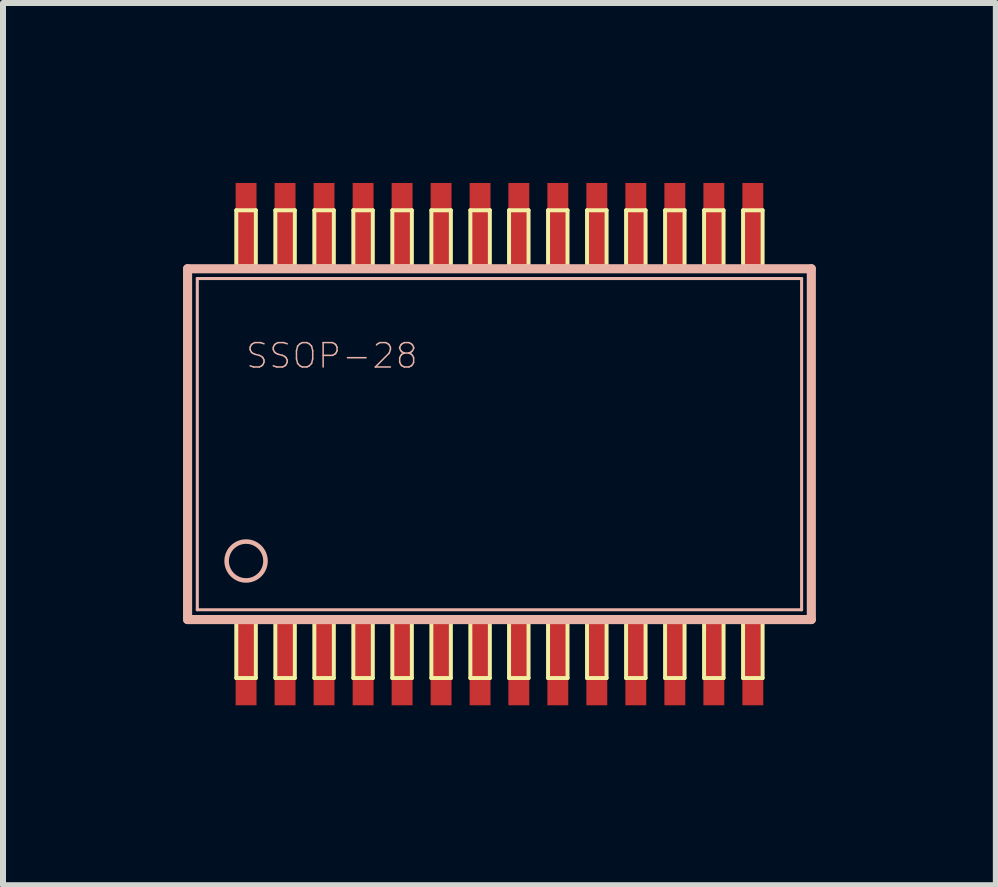
<source format=kicad_pcb>
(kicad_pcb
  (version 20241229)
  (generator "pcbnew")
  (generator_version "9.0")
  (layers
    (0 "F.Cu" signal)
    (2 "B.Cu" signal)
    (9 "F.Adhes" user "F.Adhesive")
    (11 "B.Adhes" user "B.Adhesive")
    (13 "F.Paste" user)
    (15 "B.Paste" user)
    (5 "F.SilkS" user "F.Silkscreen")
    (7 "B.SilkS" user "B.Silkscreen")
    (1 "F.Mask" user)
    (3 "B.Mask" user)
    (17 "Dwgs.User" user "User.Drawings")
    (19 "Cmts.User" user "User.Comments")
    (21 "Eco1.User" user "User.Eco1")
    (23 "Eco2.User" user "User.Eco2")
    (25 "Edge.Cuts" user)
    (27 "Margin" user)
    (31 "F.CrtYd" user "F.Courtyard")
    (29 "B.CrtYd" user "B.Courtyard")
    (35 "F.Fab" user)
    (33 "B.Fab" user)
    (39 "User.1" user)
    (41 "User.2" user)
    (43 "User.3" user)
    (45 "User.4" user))
  (footprint "SSOP-28"
    (layer "F.Cu")
    (at 5.276 4.354)
    (property "Reference" "SSOP-28" (at -2.794 -1.473 0) (layer "B.SilkS") (effects (font (size 0.406 0.406) (thickness 0.025))))
    (attr smd)
    (fp_line (start -4.387 -3.899) (end -4.061 -3.899) (stroke (width 0.066) (type solid)) (layer "F.SilkS"))
    (fp_line (start -4.387 -2.964) (end -4.387 -3.899) (stroke (width 0.066) (type solid)) (layer "F.SilkS"))
    (fp_line (start -4.387 -2.964) (end -4.061 -2.964) (stroke (width 0.066) (type solid)) (layer "F.SilkS"))
    (fp_line (start -4.387 2.964) (end -4.061 2.964) (stroke (width 0.066) (type solid)) (layer "F.SilkS"))
    (fp_line (start -4.387 3.899) (end -4.387 2.964) (stroke (width 0.066) (type solid)) (layer "F.SilkS"))
    (fp_line (start -4.387 3.899) (end -4.061 3.899) (stroke (width 0.066) (type solid)) (layer "F.SilkS"))
    (fp_line (start -4.061 -2.964) (end -4.061 -3.899) (stroke (width 0.066) (type solid)) (layer "F.SilkS"))
    (fp_line (start -4.061 3.899) (end -4.061 2.964) (stroke (width 0.066) (type solid)) (layer "F.SilkS"))
    (fp_line (start -3.736 -3.899) (end -3.411 -3.899) (stroke (width 0.066) (type solid)) (layer "F.SilkS"))
    (fp_line (start -3.736 -2.964) (end -3.736 -3.899) (stroke (width 0.066) (type solid)) (layer "F.SilkS"))
    (fp_line (start -3.736 -2.964) (end -3.411 -2.964) (stroke (width 0.066) (type solid)) (layer "F.SilkS"))
    (fp_line (start -3.736 2.964) (end -3.411 2.964) (stroke (width 0.066) (type solid)) (layer "F.SilkS"))
    (fp_line (start -3.736 3.899) (end -3.736 2.964) (stroke (width 0.066) (type solid)) (layer "F.SilkS"))
    (fp_line (start -3.736 3.899) (end -3.411 3.899) (stroke (width 0.066) (type solid)) (layer "F.SilkS"))
    (fp_line (start -3.411 -2.964) (end -3.411 -3.899) (stroke (width 0.066) (type solid)) (layer "F.SilkS"))
    (fp_line (start -3.411 3.899) (end -3.411 2.964) (stroke (width 0.066) (type solid)) (layer "F.SilkS"))
    (fp_line (start -3.086 -3.899) (end -2.761 -3.899) (stroke (width 0.066) (type solid)) (layer "F.SilkS"))
    (fp_line (start -3.086 -2.964) (end -3.086 -3.899) (stroke (width 0.066) (type solid)) (layer "F.SilkS"))
    (fp_line (start -3.086 -2.964) (end -2.761 -2.964) (stroke (width 0.066) (type solid)) (layer "F.SilkS"))
    (fp_line (start -3.086 2.964) (end -2.761 2.964) (stroke (width 0.066) (type solid)) (layer "F.SilkS"))
    (fp_line (start -3.086 3.899) (end -3.086 2.964) (stroke (width 0.066) (type solid)) (layer "F.SilkS"))
    (fp_line (start -3.086 3.899) (end -2.761 3.899) (stroke (width 0.066) (type solid)) (layer "F.SilkS"))
    (fp_line (start -2.761 -2.964) (end -2.761 -3.899) (stroke (width 0.066) (type solid)) (layer "F.SilkS"))
    (fp_line (start -2.761 3.899) (end -2.761 2.964) (stroke (width 0.066) (type solid)) (layer "F.SilkS"))
    (fp_line (start -2.436 -3.899) (end -2.111 -3.899) (stroke (width 0.066) (type solid)) (layer "F.SilkS"))
    (fp_line (start -2.436 -2.964) (end -2.436 -3.899) (stroke (width 0.066) (type solid)) (layer "F.SilkS"))
    (fp_line (start -2.436 -2.964) (end -2.111 -2.964) (stroke (width 0.066) (type solid)) (layer "F.SilkS"))
    (fp_line (start -2.436 2.964) (end -2.111 2.964) (stroke (width 0.066) (type solid)) (layer "F.SilkS"))
    (fp_line (start -2.436 3.899) (end -2.436 2.964) (stroke (width 0.066) (type solid)) (layer "F.SilkS"))
    (fp_line (start -2.436 3.899) (end -2.111 3.899) (stroke (width 0.066) (type solid)) (layer "F.SilkS"))
    (fp_line (start -2.111 -2.964) (end -2.111 -3.899) (stroke (width 0.066) (type solid)) (layer "F.SilkS"))
    (fp_line (start -2.111 3.899) (end -2.111 2.964) (stroke (width 0.066) (type solid)) (layer "F.SilkS"))
    (fp_line (start -1.786 -3.899) (end -1.46 -3.899) (stroke (width 0.066) (type solid)) (layer "F.SilkS"))
    (fp_line (start -1.786 -2.964) (end -1.786 -3.899) (stroke (width 0.066) (type solid)) (layer "F.SilkS"))
    (fp_line (start -1.786 -2.964) (end -1.46 -2.964) (stroke (width 0.066) (type solid)) (layer "F.SilkS"))
    (fp_line (start -1.786 2.964) (end -1.46 2.964) (stroke (width 0.066) (type solid)) (layer "F.SilkS"))
    (fp_line (start -1.786 3.899) (end -1.786 2.964) (stroke (width 0.066) (type solid)) (layer "F.SilkS"))
    (fp_line (start -1.786 3.899) (end -1.46 3.899) (stroke (width 0.066) (type solid)) (layer "F.SilkS"))
    (fp_line (start -1.46 -2.964) (end -1.46 -3.899) (stroke (width 0.066) (type solid)) (layer "F.SilkS"))
    (fp_line (start -1.46 3.899) (end -1.46 2.964) (stroke (width 0.066) (type solid)) (layer "F.SilkS"))
    (fp_line (start -1.135 -3.899) (end -0.81 -3.899) (stroke (width 0.066) (type solid)) (layer "F.SilkS"))
    (fp_line (start -1.135 -2.964) (end -1.135 -3.899) (stroke (width 0.066) (type solid)) (layer "F.SilkS"))
    (fp_line (start -1.135 -2.964) (end -0.81 -2.964) (stroke (width 0.066) (type solid)) (layer "F.SilkS"))
    (fp_line (start -1.135 2.964) (end -0.81 2.964) (stroke (width 0.066) (type solid)) (layer "F.SilkS"))
    (fp_line (start -1.135 3.899) (end -1.135 2.964) (stroke (width 0.066) (type solid)) (layer "F.SilkS"))
    (fp_line (start -1.135 3.899) (end -0.81 3.899) (stroke (width 0.066) (type solid)) (layer "F.SilkS"))
    (fp_line (start -0.81 -2.964) (end -0.81 -3.899) (stroke (width 0.066) (type solid)) (layer "F.SilkS"))
    (fp_line (start -0.81 3.899) (end -0.81 2.964) (stroke (width 0.066) (type solid)) (layer "F.SilkS"))
    (fp_line (start -0.485 -3.899) (end -0.16 -3.899) (stroke (width 0.066) (type solid)) (layer "F.SilkS"))
    (fp_line (start -0.485 -2.964) (end -0.485 -3.899) (stroke (width 0.066) (type solid)) (layer "F.SilkS"))
    (fp_line (start -0.485 -2.964) (end -0.16 -2.964) (stroke (width 0.066) (type solid)) (layer "F.SilkS"))
    (fp_line (start -0.485 2.964) (end -0.16 2.964) (stroke (width 0.066) (type solid)) (layer "F.SilkS"))
    (fp_line (start -0.485 3.899) (end -0.485 2.964) (stroke (width 0.066) (type solid)) (layer "F.SilkS"))
    (fp_line (start -0.485 3.899) (end -0.16 3.899) (stroke (width 0.066) (type solid)) (layer "F.SilkS"))
    (fp_line (start -0.16 -2.964) (end -0.16 -3.899) (stroke (width 0.066) (type solid)) (layer "F.SilkS"))
    (fp_line (start -0.16 3.899) (end -0.16 2.964) (stroke (width 0.066) (type solid)) (layer "F.SilkS"))
    (fp_line (start 0.16 -3.899) (end 0.485 -3.899) (stroke (width 0.066) (type solid)) (layer "F.SilkS"))
    (fp_line (start 0.16 -2.964) (end 0.16 -3.899) (stroke (width 0.066) (type solid)) (layer "F.SilkS"))
    (fp_line (start 0.16 -2.964) (end 0.485 -2.964) (stroke (width 0.066) (type solid)) (layer "F.SilkS"))
    (fp_line (start 0.16 2.964) (end 0.485 2.964) (stroke (width 0.066) (type solid)) (layer "F.SilkS"))
    (fp_line (start 0.16 3.899) (end 0.16 2.964) (stroke (width 0.066) (type solid)) (layer "F.SilkS"))
    (fp_line (start 0.16 3.899) (end 0.485 3.899) (stroke (width 0.066) (type solid)) (layer "F.SilkS"))
    (fp_line (start 0.485 -2.964) (end 0.485 -3.899) (stroke (width 0.066) (type solid)) (layer "F.SilkS"))
    (fp_line (start 0.485 3.899) (end 0.485 2.964) (stroke (width 0.066) (type solid)) (layer "F.SilkS"))
    (fp_line (start 0.81 -3.899) (end 1.135 -3.899) (stroke (width 0.066) (type solid)) (layer "F.SilkS"))
    (fp_line (start 0.81 -2.964) (end 0.81 -3.899) (stroke (width 0.066) (type solid)) (layer "F.SilkS"))
    (fp_line (start 0.81 -2.964) (end 1.135 -2.964) (stroke (width 0.066) (type solid)) (layer "F.SilkS"))
    (fp_line (start 0.81 2.964) (end 1.135 2.964) (stroke (width 0.066) (type solid)) (layer "F.SilkS"))
    (fp_line (start 0.81 3.899) (end 0.81 2.964) (stroke (width 0.066) (type solid)) (layer "F.SilkS"))
    (fp_line (start 0.81 3.899) (end 1.135 3.899) (stroke (width 0.066) (type solid)) (layer "F.SilkS"))
    (fp_line (start 1.135 -2.964) (end 1.135 -3.899) (stroke (width 0.066) (type solid)) (layer "F.SilkS"))
    (fp_line (start 1.135 3.899) (end 1.135 2.964) (stroke (width 0.066) (type solid)) (layer "F.SilkS"))
    (fp_line (start 1.46 -3.899) (end 1.786 -3.899) (stroke (width 0.066) (type solid)) (layer "F.SilkS"))
    (fp_line (start 1.46 -2.964) (end 1.46 -3.899) (stroke (width 0.066) (type solid)) (layer "F.SilkS"))
    (fp_line (start 1.46 -2.964) (end 1.786 -2.964) (stroke (width 0.066) (type solid)) (layer "F.SilkS"))
    (fp_line (start 1.46 2.964) (end 1.786 2.964) (stroke (width 0.066) (type solid)) (layer "F.SilkS"))
    (fp_line (start 1.46 3.899) (end 1.46 2.964) (stroke (width 0.066) (type solid)) (layer "F.SilkS"))
    (fp_line (start 1.46 3.899) (end 1.786 3.899) (stroke (width 0.066) (type solid)) (layer "F.SilkS"))
    (fp_line (start 1.786 -2.964) (end 1.786 -3.899) (stroke (width 0.066) (type solid)) (layer "F.SilkS"))
    (fp_line (start 1.786 3.899) (end 1.786 2.964) (stroke (width 0.066) (type solid)) (layer "F.SilkS"))
    (fp_line (start 2.111 -3.899) (end 2.436 -3.899) (stroke (width 0.066) (type solid)) (layer "F.SilkS"))
    (fp_line (start 2.111 -2.964) (end 2.111 -3.899) (stroke (width 0.066) (type solid)) (layer "F.SilkS"))
    (fp_line (start 2.111 -2.964) (end 2.436 -2.964) (stroke (width 0.066) (type solid)) (layer "F.SilkS"))
    (fp_line (start 2.111 2.964) (end 2.436 2.964) (stroke (width 0.066) (type solid)) (layer "F.SilkS"))
    (fp_line (start 2.111 3.899) (end 2.111 2.964) (stroke (width 0.066) (type solid)) (layer "F.SilkS"))
    (fp_line (start 2.111 3.899) (end 2.436 3.899) (stroke (width 0.066) (type solid)) (layer "F.SilkS"))
    (fp_line (start 2.436 -2.964) (end 2.436 -3.899) (stroke (width 0.066) (type solid)) (layer "F.SilkS"))
    (fp_line (start 2.436 3.899) (end 2.436 2.964) (stroke (width 0.066) (type solid)) (layer "F.SilkS"))
    (fp_line (start 2.761 -3.899) (end 3.086 -3.899) (stroke (width 0.066) (type solid)) (layer "F.SilkS"))
    (fp_line (start 2.761 -2.964) (end 2.761 -3.899) (stroke (width 0.066) (type solid)) (layer "F.SilkS"))
    (fp_line (start 2.761 -2.964) (end 3.086 -2.964) (stroke (width 0.066) (type solid)) (layer "F.SilkS"))
    (fp_line (start 2.761 2.964) (end 3.086 2.964) (stroke (width 0.066) (type solid)) (layer "F.SilkS"))
    (fp_line (start 2.761 3.899) (end 2.761 2.964) (stroke (width 0.066) (type solid)) (layer "F.SilkS"))
    (fp_line (start 2.761 3.899) (end 3.086 3.899) (stroke (width 0.066) (type solid)) (layer "F.SilkS"))
    (fp_line (start 3.086 -2.964) (end 3.086 -3.899) (stroke (width 0.066) (type solid)) (layer "F.SilkS"))
    (fp_line (start 3.086 3.899) (end 3.086 2.964) (stroke (width 0.066) (type solid)) (layer "F.SilkS"))
    (fp_line (start 3.411 -3.899) (end 3.736 -3.899) (stroke (width 0.066) (type solid)) (layer "F.SilkS"))
    (fp_line (start 3.411 -2.964) (end 3.411 -3.899) (stroke (width 0.066) (type solid)) (layer "F.SilkS"))
    (fp_line (start 3.411 -2.964) (end 3.736 -2.964) (stroke (width 0.066) (type solid)) (layer "F.SilkS"))
    (fp_line (start 3.411 2.964) (end 3.736 2.964) (stroke (width 0.066) (type solid)) (layer "F.SilkS"))
    (fp_line (start 3.411 3.899) (end 3.411 2.964) (stroke (width 0.066) (type solid)) (layer "F.SilkS"))
    (fp_line (start 3.411 3.899) (end 3.736 3.899) (stroke (width 0.066) (type solid)) (layer "F.SilkS"))
    (fp_line (start 3.736 -2.964) (end 3.736 -3.899) (stroke (width 0.066) (type solid)) (layer "F.SilkS"))
    (fp_line (start 3.736 3.899) (end 3.736 2.964) (stroke (width 0.066) (type solid)) (layer "F.SilkS"))
    (fp_line (start 4.061 -3.899) (end 4.387 -3.899) (stroke (width 0.066) (type solid)) (layer "F.SilkS"))
    (fp_line (start 4.061 -2.964) (end 4.061 -3.899) (stroke (width 0.066) (type solid)) (layer "F.SilkS"))
    (fp_line (start 4.061 -2.964) (end 4.387 -2.964) (stroke (width 0.066) (type solid)) (layer "F.SilkS"))
    (fp_line (start 4.061 2.964) (end 4.387 2.964) (stroke (width 0.066) (type solid)) (layer "F.SilkS"))
    (fp_line (start 4.061 3.899) (end 4.061 2.964) (stroke (width 0.066) (type solid)) (layer "F.SilkS"))
    (fp_line (start 4.061 3.899) (end 4.387 3.899) (stroke (width 0.066) (type solid)) (layer "F.SilkS"))
    (fp_line (start 4.387 -2.964) (end 4.387 -3.899) (stroke (width 0.066) (type solid)) (layer "F.SilkS"))
    (fp_line (start 4.387 3.899) (end 4.387 2.964) (stroke (width 0.066) (type solid)) (layer "F.SilkS"))
    (fp_line (start -5.199 -2.924) (end 5.199 -2.924) (stroke (width 0.152) (type solid)) (layer "B.SilkS"))
    (fp_line (start -5.199 2.924) (end -5.199 -2.924) (stroke (width 0.152) (type solid)) (layer "B.SilkS"))
    (fp_line (start -5.037 -2.761) (end 5.037 -2.761) (stroke (width 0.051) (type solid)) (layer "B.SilkS"))
    (fp_line (start -5.037 2.761) (end -5.037 -2.761) (stroke (width 0.051) (type solid)) (layer "B.SilkS"))
    (fp_line (start 5.037 -2.761) (end 5.037 2.761) (stroke (width 0.051) (type solid)) (layer "B.SilkS"))
    (fp_line (start 5.037 2.761) (end -5.037 2.761) (stroke (width 0.051) (type solid)) (layer "B.SilkS"))
    (fp_line (start 5.199 -2.924) (end 5.199 2.924) (stroke (width 0.152) (type solid)) (layer "B.SilkS"))
    (fp_line (start 5.199 2.924) (end -5.199 2.924) (stroke (width 0.152) (type solid)) (layer "B.SilkS"))
    (fp_circle (center -4.224 1.948) (end -4.453 2.177) (stroke (width 0.076) (type solid)) (fill no) (layer "B.SilkS"))
    (pad "1" smd rect (at -4.224 3.655) (size 0.348 1.397) (layers "F.Cu" "F.Mask" "F.Paste"))
    (pad "2" smd rect (at -3.574 3.655) (size 0.348 1.397) (layers "F.Cu" "F.Mask" "F.Paste"))
    (pad "3" smd rect (at -2.924 3.655) (size 0.348 1.397) (layers "F.Cu" "F.Mask" "F.Paste"))
    (pad "4" smd rect (at -2.273 3.655) (size 0.348 1.397) (layers "F.Cu" "F.Mask" "F.Paste"))
    (pad "5" smd rect (at -1.623 3.655) (size 0.348 1.397) (layers "F.Cu" "F.Mask" "F.Paste"))
    (pad "6" smd rect (at -0.973 3.655) (size 0.348 1.397) (layers "F.Cu" "F.Mask" "F.Paste"))
    (pad "7" smd rect (at -0.323 3.655) (size 0.348 1.397) (layers "F.Cu" "F.Mask" "F.Paste"))
    (pad "8" smd rect (at 0.323 3.655) (size 0.348 1.397) (layers "F.Cu" "F.Mask" "F.Paste"))
    (pad "9" smd rect (at 0.973 3.655) (size 0.348 1.397) (layers "F.Cu" "F.Mask" "F.Paste"))
    (pad "10" smd rect (at 1.623 3.655) (size 0.348 1.397) (layers "F.Cu" "F.Mask" "F.Paste"))
    (pad "11" smd rect (at 2.273 3.655) (size 0.348 1.397) (layers "F.Cu" "F.Mask" "F.Paste"))
    (pad "12" smd rect (at 2.924 3.655) (size 0.348 1.397) (layers "F.Cu" "F.Mask" "F.Paste"))
    (pad "13" smd rect (at 3.574 3.655) (size 0.348 1.397) (layers "F.Cu" "F.Mask" "F.Paste"))
    (pad "14" smd rect (at 4.224 3.655) (size 0.348 1.397) (layers "F.Cu" "F.Mask" "F.Paste"))
    (pad "15" smd rect (at 4.224 -3.655) (size 0.348 1.397) (layers "F.Cu" "F.Mask" "F.Paste"))
    (pad "16" smd rect (at 3.574 -3.655) (size 0.348 1.397) (layers "F.Cu" "F.Mask" "F.Paste"))
    (pad "17" smd rect (at 2.924 -3.655) (size 0.348 1.397) (layers "F.Cu" "F.Mask" "F.Paste"))
    (pad "18" smd rect (at 2.273 -3.655) (size 0.348 1.397) (layers "F.Cu" "F.Mask" "F.Paste"))
    (pad "19" smd rect (at 1.623 -3.655) (size 0.348 1.397) (layers "F.Cu" "F.Mask" "F.Paste"))
    (pad "20" smd rect (at 0.973 -3.655) (size 0.348 1.397) (layers "F.Cu" "F.Mask" "F.Paste"))
    (pad "21" smd rect (at 0.323 -3.655) (size 0.348 1.397) (layers "F.Cu" "F.Mask" "F.Paste"))
    (pad "22" smd rect (at -0.323 -3.655) (size 0.348 1.397) (layers "F.Cu" "F.Mask" "F.Paste"))
    (pad "23" smd rect (at -0.973 -3.655) (size 0.348 1.397) (layers "F.Cu" "F.Mask" "F.Paste"))
    (pad "24" smd rect (at -1.623 -3.655) (size 0.348 1.397) (layers "F.Cu" "F.Mask" "F.Paste"))
    (pad "25" smd rect (at -2.273 -3.655) (size 0.348 1.397) (layers "F.Cu" "F.Mask" "F.Paste"))
    (pad "26" smd rect (at -2.924 -3.655) (size 0.348 1.397) (layers "F.Cu" "F.Mask" "F.Paste"))
    (pad "27" smd rect (at -3.574 -3.655) (size 0.348 1.397) (layers "F.Cu" "F.Mask" "F.Paste"))
    (pad "28" smd rect (at -4.224 -3.655) (size 0.348 1.397) (layers "F.Cu" "F.Mask" "F.Paste")))
  (gr_rect
    (start -3 -3)
    (end 13.551 11.707)
    (stroke (width 0.1) (type default))
    (fill no)
    (layer "Edge.Cuts")))
</source>
